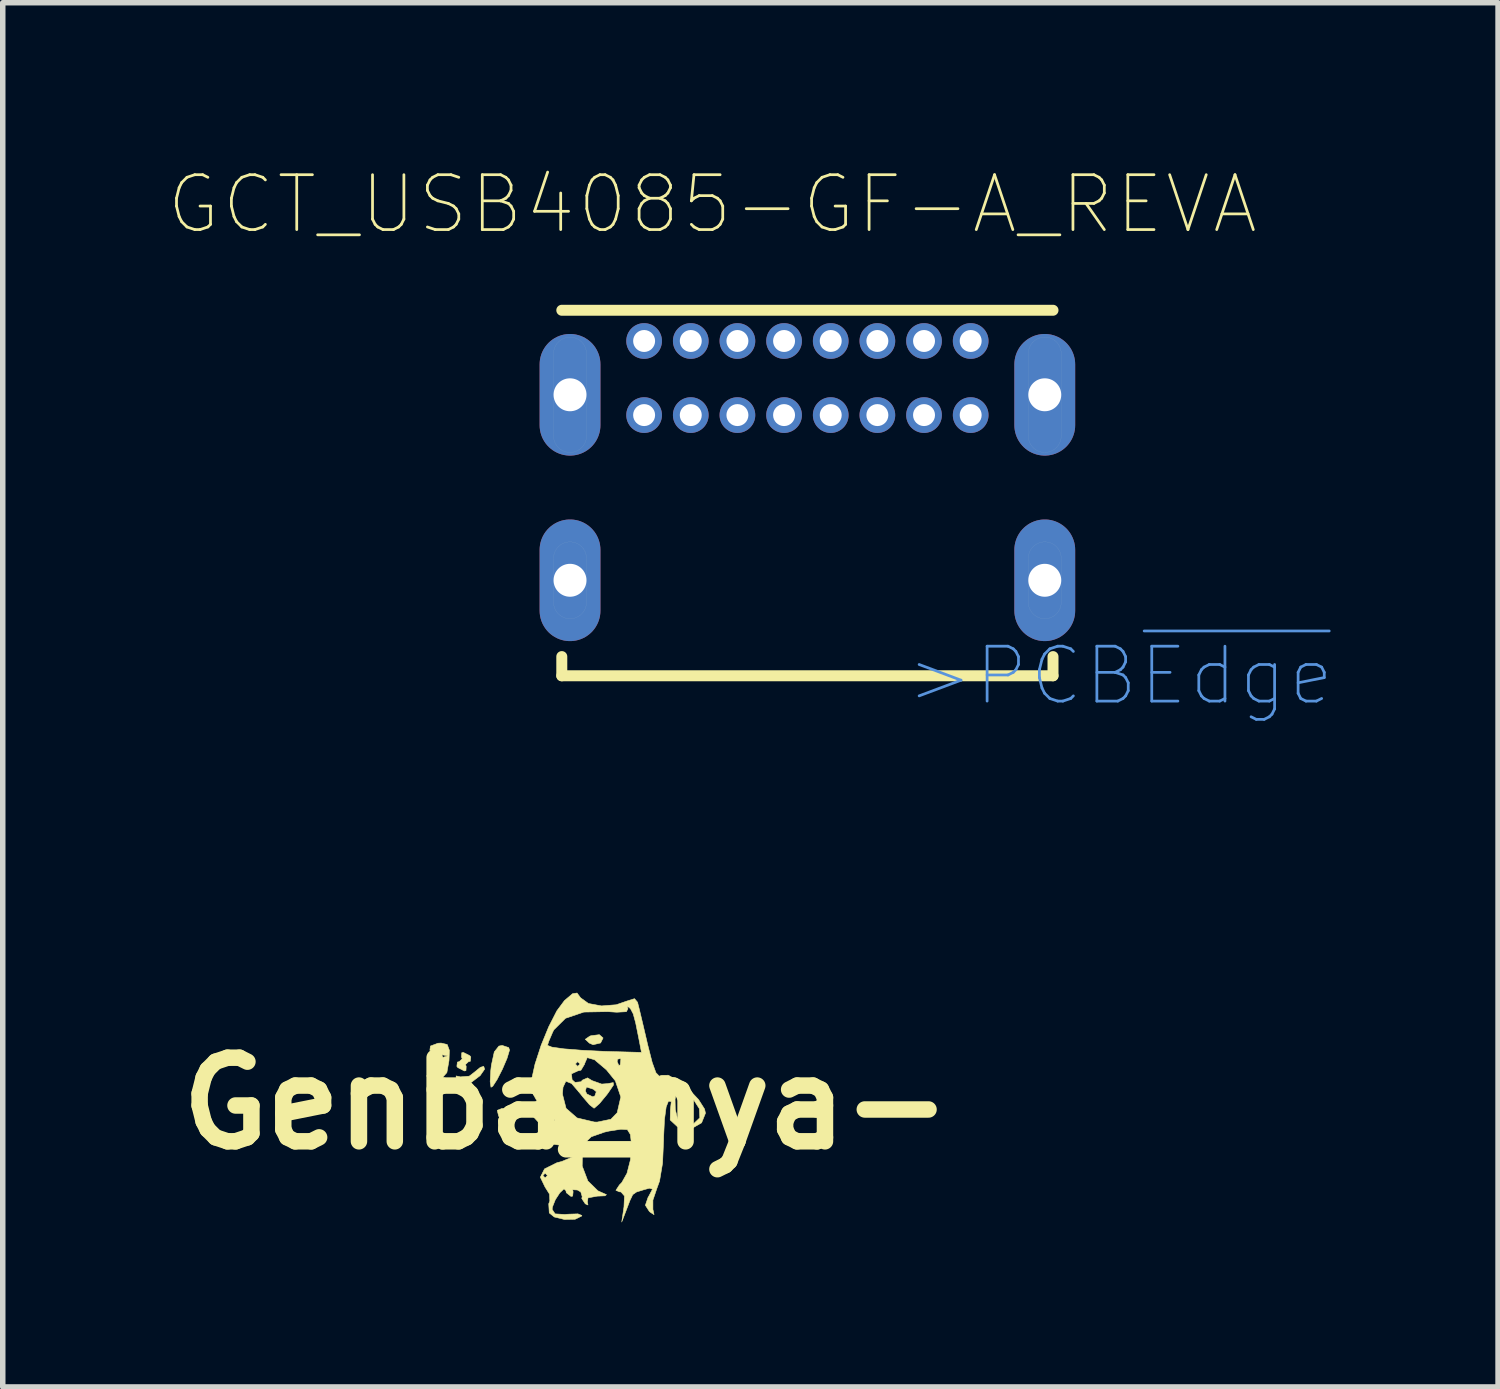
<source format=kicad_pcb>
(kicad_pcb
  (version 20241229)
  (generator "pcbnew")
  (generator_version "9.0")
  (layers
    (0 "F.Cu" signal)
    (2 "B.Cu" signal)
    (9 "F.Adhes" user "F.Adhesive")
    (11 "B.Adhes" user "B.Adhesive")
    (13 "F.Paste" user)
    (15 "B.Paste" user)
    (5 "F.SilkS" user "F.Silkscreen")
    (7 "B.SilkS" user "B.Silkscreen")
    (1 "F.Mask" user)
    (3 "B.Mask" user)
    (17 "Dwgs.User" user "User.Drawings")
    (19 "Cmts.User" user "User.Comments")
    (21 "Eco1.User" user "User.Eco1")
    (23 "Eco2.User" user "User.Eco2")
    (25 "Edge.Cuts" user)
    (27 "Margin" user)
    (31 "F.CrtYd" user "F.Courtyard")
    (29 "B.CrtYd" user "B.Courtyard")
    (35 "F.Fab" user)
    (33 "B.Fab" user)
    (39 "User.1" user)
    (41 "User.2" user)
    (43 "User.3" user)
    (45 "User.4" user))
  (footprint "Genba_nya-"
    (layer "F.Cu")
    (at 7.264 17.056)
    (property "Reference" "Genba_nya-" (at 0 0 0) (layer "F.SilkS") (effects (font (size 1.524 1.524) (thickness 0.3))))
    (attr through_hole)
    (fp_poly (pts (xy 0.674 -1.194) (xy 0.629 -1.103) (xy 0.492 -1.071) (xy 0.425 -1.1) (xy 0.35 -1.17) (xy 0.431 -1.226) (xy 0.451 -1.234) (xy 0.606 -1.254) (xy 0.674 -1.194)) (stroke (width 0.01) (type solid)) (fill yes) (layer "F.SilkS"))
    (fp_poly (pts (xy -1.484 -0.626) (xy -1.566 -0.508) (xy -1.759 -0.361) (xy -1.923 -0.363) (xy -1.999 -0.438) (xy -2.003 -0.502) (xy -1.925 -0.485) (xy -1.764 -0.498) (xy -1.689 -0.555) (xy -1.561 -0.659) (xy -1.501 -0.677) (xy -1.484 -0.626)) (stroke (width 0.01) (type solid)) (fill yes) (layer "F.SilkS"))
    (fp_poly (pts (xy -1.046 -1.019) (xy -1.03 -0.974) (xy -1.076 -0.822) (xy -1.16 -0.626) (xy -1.256 -0.438) (xy -1.336 -0.314) (xy -1.368 -0.296) (xy -1.383 -0.397) (xy -1.372 -0.603) (xy -1.361 -0.697) (xy -1.308 -0.94) (xy -1.224 -1.046) (xy -1.164 -1.058) (xy -1.046 -1.019)) (stroke (width 0.01) (type solid)) (fill yes) (layer "F.SilkS"))
    (fp_poly (pts (xy -1.753 -0.87) (xy -1.736 -0.847) (xy -1.745 -0.769) (xy -1.778 -0.762) (xy -1.833 -0.71) (xy -1.82 -0.677) (xy -1.824 -0.599) (xy -1.853 -0.593) (xy -1.972 -0.654) (xy -1.99 -0.677) (xy -1.98 -0.755) (xy -1.947 -0.762) (xy -1.892 -0.814) (xy -1.905 -0.847) (xy -1.901 -0.925) (xy -1.873 -0.931) (xy -1.753 -0.87)) (stroke (width 0.01) (type solid)) (fill yes) (layer "F.SilkS"))
    (fp_poly (pts (xy -0.948 0.101) (xy -0.978 0.134) (xy -1.058 0.169) (xy -1.153 0.227) (xy -1.132 0.248) (xy -1.034 0.324) (xy -0.993 0.417) (xy -0.875 0.558) (xy -0.666 0.615) (xy -0.381 0.65) (xy -0.65 0.664) (xy -0.876 0.634) (xy -1.05 0.491) (xy -1.095 0.431) (xy -1.229 0.228) (xy -1.254 0.125) (xy -1.17 0.091) (xy -1.079 0.091) (xy -0.948 0.101)) (stroke (width 0.01) (type solid)) (fill yes) (layer "F.SilkS"))
    (fp_poly (pts (xy -2.166 -1.075) (xy -2.126 -0.968) (xy -2.133 -0.783) (xy -2.172 -0.563) (xy -2.262 -0.462) (xy -2.349 -0.439) (xy -2.497 -0.451) (xy -2.54 -0.502) (xy -2.47 -0.582) (xy -2.392 -0.599) (xy -2.299 -0.611) (xy -2.361 -0.65) (xy -2.408 -0.669) (xy -2.514 -0.721) (xy -2.474 -0.763) (xy -2.366 -0.801) (xy -2.159 -0.868) (xy -2.351 -0.906) (xy -2.482 -0.969) (xy -2.471 -1.047) (xy -2.334 -1.098) (xy -2.276 -1.101) (xy -2.166 -1.075)) (stroke (width 0.01) (type solid)) (fill yes) (layer "F.SilkS"))
    (fp_poly (pts (xy 0.264 -1.926) (xy 0.408 -1.822) (xy 0.645 -1.778) (xy 0.913 -1.799) (xy 1.107 -1.866) (xy 1.247 -1.91) (xy 1.302 -1.845) (xy 1.335 -1.714) (xy 1.394 -1.467) (xy 1.468 -1.152) (xy 1.484 -1.081) (xy 1.569 -0.748) (xy 1.637 -0.561) (xy 1.698 -0.498) (xy 1.743 -0.514) (xy 1.862 -0.515) (xy 2.041 -0.417) (xy 2.239 -0.257) (xy 2.413 -0.072) (xy 2.523 0.101) (xy 2.54 0.176) (xy 2.469 0.352) (xy 2.297 0.451) (xy 2.084 0.445) (xy 2.025 0.419) (xy 1.897 0.3) (xy 1.901 0.113) (xy 1.917 -0.034) (xy 1.866 -0.044) (xy 1.824 0.061) (xy 1.793 0.29) (xy 1.778 0.598) (xy 1.777 0.661) (xy 1.758 1.087) (xy 1.703 1.414) (xy 1.654 1.548) (xy 1.582 1.76) (xy 1.582 1.929) (xy 1.603 2.025) (xy 1.534 1.981) (xy 1.517 1.966) (xy 1.445 1.854) (xy 1.493 1.713) (xy 1.51 1.684) (xy 1.575 1.56) (xy 1.519 1.543) (xy 1.424 1.569) (xy 1.284 1.612) (xy 1.215 1.66) (xy 1.163 1.769) (xy 1.111 1.905) (xy 1.014 2.159) (xy 1.055 1.884) (xy 1.064 1.685) (xy 1.001 1.612) (xy 0.972 1.609) (xy 0.908 1.582) (xy 0.972 1.484) (xy 1.016 1.439) (xy 1.11 1.272) (xy 1.172 1.03) (xy 1.195 0.774) (xy 1.172 0.565) (xy 1.117 0.476) (xy 0.999 0.469) (xy 0.785 0.502) (xy 0.698 0.522) (xy 0.459 0.606) (xy 0.337 0.724) (xy 0.298 0.841) (xy 0.294 1.141) (xy 0.397 1.412) (xy 0.58 1.591) (xy 0.613 1.606) (xy 0.736 1.661) (xy 0.71 1.682) (xy 0.567 1.688) (xy 0.4 1.719) (xy 0.389 1.791) (xy 0.399 1.849) (xy 0.35 1.828) (xy 0.286 1.731) (xy 0.294 1.696) (xy 0.268 1.612) (xy 0.207 1.576) (xy 0.12 1.571) (xy 0.128 1.61) (xy 0.12 1.687) (xy 0.09 1.693) (xy 0.005 1.626) (xy -0.003 1.587) (xy -0.038 1.555) (xy -0.114 1.627) (xy -0.196 1.753) (xy -0.249 1.887) (xy -0.254 1.93) (xy -0.2 2.011) (xy -0.022 2.022) (xy 0.036 2.017) (xy 0.216 2.011) (xy 0.288 2.04) (xy 0.285 2.05) (xy 0.165 2.109) (xy -0.029 2.113) (xy -0.215 2.068) (xy -0.306 1.994) (xy -0.316 1.828) (xy -0.296 1.777) (xy -0.302 1.651) (xy -0.384 1.52) (xy -0.469 1.343) (xy -0.453 1.312) (xy -0.423 1.312) (xy -0.381 1.355) (xy -0.339 1.312) (xy -0.381 1.27) (xy -0.423 1.312) (xy -0.453 1.312) (xy -0.393 1.192) (xy -0.166 1.079) (xy -0.079 1.057) (xy 0.117 0.974) (xy 0.167 0.869) (xy 0.074 0.786) (xy -0.09 0.762) (xy -0.257 0.739) (xy -0.299 0.682) (xy -0.297 0.679) (xy -0.322 0.576) (xy -0.442 0.407) (xy -0.543 0.298) (xy -0.7 0.129) (xy -0.776 0.021) (xy -0.772 0) (xy -0.67 0.057) (xy -0.55 0.169) (xy -0.388 0.297) (xy -0.262 0.338) (xy -0.206 0.307) (xy -0.286 0.207) (xy -0.353 0.148) (xy -0.525 -0.037) (xy -0.6 -0.17) (xy -0.066 -0.17) (xy -0.000057 0.088) (xy 0.2 0.263) (xy 0.512 0.337) (xy 0.566 0.339) (xy 0.817 0.287) (xy 0.931 0.169) (xy 0.988 -0.077) (xy 1.986 -0.077) (xy 1.99 0.108) (xy 2.029 0.271) (xy 2.056 0.318) (xy 2.137 0.407) (xy 2.225 0.407) (xy 2.321 0.372) (xy 2.437 0.261) (xy 2.429 0.095) (xy 2.312 -0.087) (xy 2.102 -0.243) (xy 2.074 -0.256) (xy 2.014 -0.219) (xy 1.986 -0.077) (xy 0.988 -0.077) (xy 0.998 -0.118) (xy 0.898 -0.413) (xy 0.735 -0.614) (xy 0.56 -0.762) (xy 0.931 -0.762) (xy 0.962 -0.692) (xy 0.988 -0.706) (xy 0.998 -0.806) (xy 0.988 -0.818) (xy 0.937 -0.807) (xy 0.931 -0.762) (xy 0.56 -0.762) (xy 0.519 -0.797) (xy 0.386 -0.836) (xy 0.339 -0.729) (xy 0.339 -0.72) (xy 0.271 -0.607) (xy 0.212 -0.593) (xy 0.098 -0.54) (xy 0.11 -0.433) (xy 0.163 -0.385) (xy 0.272 -0.396) (xy 0.298 -0.426) (xy 0.391 -0.467) (xy 0.473 -0.417) (xy 0.649 -0.354) (xy 0.757 -0.362) (xy 0.86 -0.381) (xy 0.864 -0.337) (xy 0.77 -0.198) (xy 0.742 -0.16) (xy 0.609 0.001) (xy 0.517 0.082) (xy 0.508 0.085) (xy 0.428 0.023) (xy 0.298 -0.129) (xy 0.267 -0.169) (xy 0.217 -0.229) (xy 0.351 -0.229) (xy 0.378 -0.174) (xy 0.485 -0.122) (xy 0.523 -0.136) (xy 0.551 -0.214) (xy 0.498 -0.26) (xy 0.372 -0.301) (xy 0.351 -0.229) (xy 0.217 -0.229) (xy 0.101 -0.364) (xy -0.004 -0.406) (xy -0.056 -0.295) (xy -0.066 -0.17) (xy -0.6 -0.17) (xy -0.63 -0.223) (xy -0.632 -0.228) (xy -0.631 -0.423) (xy -0.566 -0.717) (xy -0.565 -0.72) (xy 0.169 -0.72) (xy 0.212 -0.677) (xy 0.254 -0.72) (xy 0.212 -0.762) (xy 0.169 -0.72) (xy -0.565 -0.72) (xy -0.455 -1.058) (xy -0.455 -1.059) (xy -0.339 -1.059) (xy -0.259 -1.027) (xy -0.04 -0.996) (xy 0.287 -0.97) (xy 0.693 -0.95) (xy 0.835 -0.946) (xy 1.374 -0.931) (xy 1.325 -1.186) (xy 1.268 -1.469) (xy 1.224 -1.632) (xy 1.178 -1.72) (xy 1.146 -1.754) (xy 1.11 -1.763) (xy 1.127 -1.727) (xy 1.099 -1.673) (xy 0.923 -1.663) (xy 0.76 -1.674) (xy 0.324 -1.666) (xy -0.01 -1.553) (xy -0.222 -1.343) (xy -0.243 -1.303) (xy -0.314 -1.137) (xy -0.339 -1.059) (xy -0.455 -1.059) (xy -0.316 -1.398) (xy -0.168 -1.688) (xy -0.028 -1.877) (xy -0.027 -1.877) (xy 0.119 -2.001) (xy 0.2 -2.013) (xy 0.264 -1.926)) (stroke (width 0.01) (type solid)) (fill yes) (layer "F.SilkS")))
  (footprint "GCT_USB4085-GF-A_REVA"
    (layer "F.Cu")
    (at 11.661 7.188)
    (property "Reference" "GCT_USB4085-GF-A_REVA" (at -1.733 -6.515 0) (layer "F.SilkS") (effects (font (size 1 1) (thickness 0.05))))
    (attr through_hole)
    (fp_line (start -4.475 -4.585) (end 4.475 -4.585) (stroke (width 0.2) (type solid)) (layer "F.SilkS"))
    (fp_line (start -4.475 1.725) (end -4.475 2.075) (stroke (width 0.2) (type solid)) (layer "F.SilkS"))
    (fp_line (start -4.475 2.075) (end 4.475 2.075) (stroke (width 0.2) (type solid)) (layer "F.SilkS"))
    (fp_line (start 4.475 2.075) (end 4.475 1.725) (stroke (width 0.2) (type solid)) (layer "F.SilkS"))
    (fp_line (start -5.1 -4.825) (end 5.15 -4.825) (stroke (width 0.05) (type solid)) (layer "Eco1.User"))
    (fp_line (start -5.1 4.825) (end -5.1 -4.825) (stroke (width 0.05) (type solid)) (layer "Eco1.User"))
    (fp_line (start 5.15 -4.825) (end 5.15 4.825) (stroke (width 0.05) (type solid)) (layer "Eco1.User"))
    (fp_line (start 5.15 4.825) (end -5.1 4.825) (stroke (width 0.05) (type solid)) (layer "Eco1.User"))
    (fp_line (start -5.3 2.075) (end 5.9 2.075) (stroke (width 0.127) (type solid)) (layer "Eco2.User"))
    (fp_line (start -4.475 -4.585) (end 4.475 -4.585) (stroke (width 0.1) (type solid)) (layer "Eco2.User"))
    (fp_line (start -4.475 4.585) (end -4.475 -4.585) (stroke (width 0.1) (type solid)) (layer "Eco2.User"))
    (fp_line (start 4.475 -4.585) (end 4.475 4.585) (stroke (width 0.1) (type solid)) (layer "Eco2.User"))
    (fp_line (start 4.475 4.585) (end -4.475 4.585) (stroke (width 0.1) (type solid)) (layer "Eco2.User"))
    (fp_line (start -4.625 -2.295) (end -4.625 -3.795) (stroke (width 0.001) (type solid)) (layer "Edge.Cuts"))
    (fp_line (start -4.625 0.735) (end -4.625 -0.065) (stroke (width 0.001) (type solid)) (layer "Edge.Cuts"))
    (fp_line (start -4.025 -3.795) (end -4.025 -2.295) (stroke (width 0.001) (type solid)) (layer "Edge.Cuts"))
    (fp_line (start -4.025 -0.065) (end -4.025 0.735) (stroke (width 0.001) (type solid)) (layer "Edge.Cuts"))
    (fp_line (start 4.025 -2.295) (end 4.025 -3.795) (stroke (width 0.001) (type solid)) (layer "Edge.Cuts"))
    (fp_line (start 4.025 0.735) (end 4.025 -0.065) (stroke (width 0.001) (type solid)) (layer "Edge.Cuts"))
    (fp_line (start 4.625 -3.795) (end 4.625 -2.295) (stroke (width 0.001) (type solid)) (layer "Edge.Cuts"))
    (fp_line (start 4.625 -0.065) (end 4.625 0.735) (stroke (width 0.001) (type solid)) (layer "Edge.Cuts"))
    (fp_arc (start -4.625 -3.795) (mid -4.537132 -4.007132) (end -4.325 -4.095) (stroke (width 0.001) (type solid)) (layer "Edge.Cuts"))
    (fp_arc (start -4.625 -0.065) (mid -4.537132 -0.277132) (end -4.325 -0.365) (stroke (width 0.001) (type solid)) (layer "Edge.Cuts"))
    (fp_arc (start -4.325 -4.095) (mid -4.112868 -4.007132) (end -4.025 -3.795) (stroke (width 0.001) (type solid)) (layer "Edge.Cuts"))
    (fp_arc (start -4.325 -1.995) (mid -4.537132 -2.082868) (end -4.625 -2.295) (stroke (width 0.001) (type solid)) (layer "Edge.Cuts"))
    (fp_arc (start -4.325 -0.365) (mid -4.112868 -0.277132) (end -4.025 -0.065) (stroke (width 0.001) (type solid)) (layer "Edge.Cuts"))
    (fp_arc (start -4.325 1.035) (mid -4.537132 0.947132) (end -4.625 0.735) (stroke (width 0.001) (type solid)) (layer "Edge.Cuts"))
    (fp_arc (start -4.025 -2.295) (mid -4.112868 -2.082868) (end -4.325 -1.995) (stroke (width 0.001) (type solid)) (layer "Edge.Cuts"))
    (fp_arc (start -4.025 0.735) (mid -4.112868 0.947132) (end -4.325 1.035) (stroke (width 0.001) (type solid)) (layer "Edge.Cuts"))
    (fp_arc (start 4.025 -3.795) (mid 4.112868 -4.007132) (end 4.325 -4.095) (stroke (width 0.001) (type solid)) (layer "Edge.Cuts"))
    (fp_arc (start 4.025 -0.065) (mid 4.112868 -0.277132) (end 4.325 -0.365) (stroke (width 0.001) (type solid)) (layer "Edge.Cuts"))
    (fp_arc (start 4.325 -4.095) (mid 4.537132 -4.007132) (end 4.625 -3.795) (stroke (width 0.001) (type solid)) (layer "Edge.Cuts"))
    (fp_arc (start 4.325 -1.995) (mid 4.112868 -2.082868) (end 4.025 -2.295) (stroke (width 0.001) (type solid)) (layer "Edge.Cuts"))
    (fp_arc (start 4.325 -0.365) (mid 4.537132 -0.277132) (end 4.625 -0.065) (stroke (width 0.001) (type solid)) (layer "Edge.Cuts"))
    (fp_arc (start 4.325 1.035) (mid 4.112868 0.947132) (end 4.025 0.735) (stroke (width 0.001) (type solid)) (layer "Edge.Cuts"))
    (fp_arc (start 4.625 -2.295) (mid 4.537132 -2.082868) (end 4.325 -1.995) (stroke (width 0.001) (type solid)) (layer "Edge.Cuts"))
    (fp_arc (start 4.625 0.735) (mid 4.537132 0.947132) (end 4.325 1.035) (stroke (width 0.001) (type solid)) (layer "Edge.Cuts"))
    (fp_text user ">PCB~{Edge}" (at 5.703 2.076 0) (layer "Cmts.User") (effects (font (size 1 1) (thickness 0.05))))
    (pad "A1" thru_hole circle (at -2.975 -4.025) (size 0.65 0.65) (drill 0.4) (layers "*.Cu" "*.Mask"))
    (pad "A4" thru_hole circle (at -2.125 -4.025) (size 0.65 0.65) (drill 0.4) (layers "*.Cu" "*.Mask"))
    (pad "A5" thru_hole circle (at -1.275 -4.025) (size 0.65 0.65) (drill 0.4) (layers "*.Cu" "*.Mask"))
    (pad "A6" thru_hole circle (at -0.425 -4.025) (size 0.65 0.65) (drill 0.4) (layers "*.Cu" "*.Mask"))
    (pad "A7" thru_hole circle (at 0.425 -4.025) (size 0.65 0.65) (drill 0.4) (layers "*.Cu" "*.Mask"))
    (pad "A8" thru_hole circle (at 1.275 -4.025) (size 0.65 0.65) (drill 0.4) (layers "*.Cu" "*.Mask"))
    (pad "A9" thru_hole circle (at 2.125 -4.025) (size 0.65 0.65) (drill 0.4) (layers "*.Cu" "*.Mask"))
    (pad "A12" thru_hole circle (at 2.975 -4.025) (size 0.65 0.65) (drill 0.4) (layers "*.Cu" "*.Mask"))
    (pad "B1" thru_hole circle (at 2.975 -2.675 180) (size 0.65 0.65) (drill 0.4) (layers "*.Cu" "*.Mask"))
    (pad "B4" thru_hole circle (at 2.125 -2.675 180) (size 0.65 0.65) (drill 0.4) (layers "*.Cu" "*.Mask"))
    (pad "B5" thru_hole circle (at 1.275 -2.675 180) (size 0.65 0.65) (drill 0.4) (layers "*.Cu" "*.Mask"))
    (pad "B6" thru_hole circle (at 0.425 -2.675 180) (size 0.65 0.65) (drill 0.4) (layers "*.Cu" "*.Mask"))
    (pad "B7" thru_hole circle (at -0.425 -2.675 180) (size 0.65 0.65) (drill 0.4) (layers "*.Cu" "*.Mask"))
    (pad "B8" thru_hole circle (at -1.275 -2.675 180) (size 0.65 0.65) (drill 0.4) (layers "*.Cu" "*.Mask"))
    (pad "B9" thru_hole circle (at -2.125 -2.675 180) (size 0.65 0.65) (drill 0.4) (layers "*.Cu" "*.Mask"))
    (pad "B12" thru_hole circle (at -2.975 -2.675 180) (size 0.65 0.65) (drill 0.4) (layers "*.Cu" "*.Mask"))
    (pad "P1" thru_hole oval (at -4.325 -3.045 90) (size 2.216 1.108) (drill 0.6) (layers "*.Cu" "*.Mask"))
    (pad "P2" thru_hole oval (at 4.325 -3.045 90) (size 2.216 1.108) (drill 0.6) (layers "*.Cu" "*.Mask"))
    (pad "P3" thru_hole oval (at 4.325 0.335 90) (size 2.216 1.108) (drill 0.6) (layers "*.Cu" "*.Mask"))
    (pad "P4" thru_hole oval (at -4.325 0.335 90) (size 2.216 1.108) (drill 0.6) (layers "*.Cu" "*.Mask")))
  (gr_rect
    (start -3 -3)
    (end 24.245 22.22)
    (stroke (width 0.1) (type default))
    (fill no)
    (layer "Edge.Cuts")))
</source>
